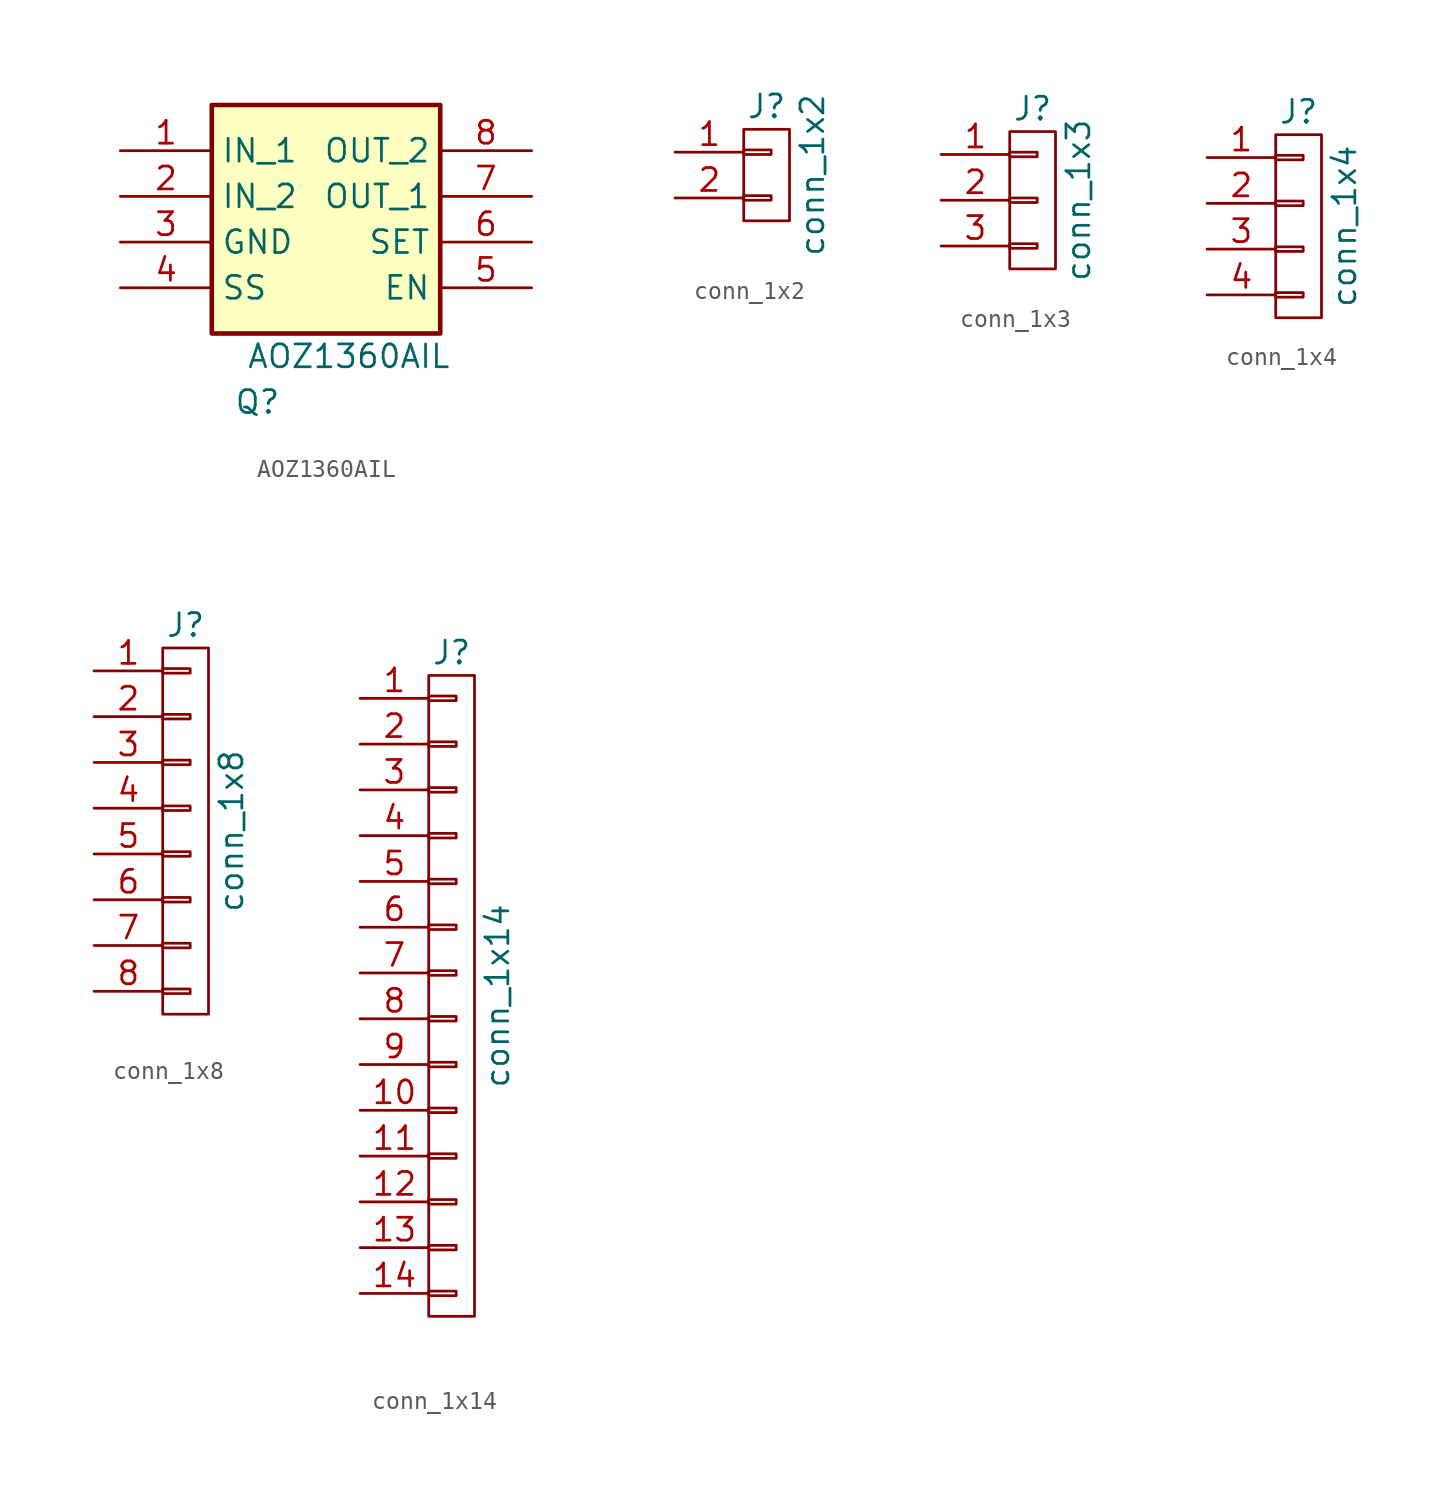
<source format=kicad_sym>
(kicad_symbol_lib
  (version 20241209)
  (generator "kicad_symbol_editor")
  (generator_version "9.0")
  (symbol "AOZ1360AIL"
    (property "Reference" "Q"
      (at 11.43 -13.97 0)
      (effects (font (size 1.27 1.27))))
    (property "Value" "AOZ1360AIL"
      (at 16.51 -11.43 0)
      (effects (font (size 1.27 1.27))))
    (symbol "AOZ1360AIL_1_1"
      (rectangle (start 8.89 2.54) (end 21.59 -10.16) (stroke (width 0.254) (type default)) (fill (type background)))
      (pin power_in line (at 3.81 0 0) (length 5.08) (name "IN_1" (effects (font (size 1.27 1.27)))) (number "1" (effects (font (size 1.27 1.27)))))
      (pin power_in line (at 3.81 -2.54 0) (length 5.08) (name "IN_2" (effects (font (size 1.27 1.27)))) (number "2" (effects (font (size 1.27 1.27)))))
      (pin power_in line (at 3.81 -5.08 0) (length 5.08) (name "GND" (effects (font (size 1.27 1.27)))) (number "3" (effects (font (size 1.27 1.27)))))
      (pin passive line (at 3.81 -7.62 0) (length 5.08) (name "SS" (effects (font (size 1.27 1.27)))) (number "4" (effects (font (size 1.27 1.27)))))
      (pin output line (at 26.67 0 180) (length 5.08) (name "OUT_2" (effects (font (size 1.27 1.27)))) (number "8" (effects (font (size 1.27 1.27)))))
      (pin output line (at 26.67 -2.54 180) (length 5.08) (name "OUT_1" (effects (font (size 1.27 1.27)))) (number "7" (effects (font (size 1.27 1.27)))))
      (pin passive line (at 26.67 -5.08 180) (length 5.08) (name "SET" (effects (font (size 1.27 1.27)))) (number "6" (effects (font (size 1.27 1.27)))))
      (pin input line (at 26.67 -7.62 180) (length 5.08) (name "EN" (effects (font (size 1.27 1.27)))) (number "5" (effects (font (size 1.27 1.27)))))))
  (symbol "conn_1x2"
    (pin_names
      (offset 1.016)
      (hide yes))
    (property "Reference" "J"
      (at 0 3.81 0)
      (effects (font (size 1.27 1.27))))
    (property "Value" "conn_1x2"
      (at 2.54 0 90)
      (effects (font (size 1.27 1.27))))
    (symbol "conn_1x2_0_1"
      (rectangle (start -1.27 2.54) (end 1.27 -2.54) (stroke (width 0) (type default)) (fill (type none)))
      (rectangle (start -1.27 1.397) (end 0.254 1.143) (stroke (width 0) (type default)) (fill (type none)))
      (rectangle (start -1.27 -1.143) (end 0.254 -1.397) (stroke (width 0) (type default)) (fill (type none))))
    (symbol "conn_1x2_1_1"
      (pin passive line (at -5.08 1.27 0) (length 3.81) (name "P1" (effects (font (size 1.27 1.27)))) (number "1" (effects (font (size 1.27 1.27)))))
      (pin passive line (at -5.08 -1.27 0) (length 3.81) (name "P2" (effects (font (size 1.27 1.27)))) (number "2" (effects (font (size 1.27 1.27)))))))
  (symbol "conn_1x3"
    (pin_names
      (offset 1.016)
      (hide yes))
    (property "Reference" "J"
      (at 0 5.08 0)
      (effects (font (size 1.27 1.27))))
    (property "Value" "conn_1x3"
      (at 2.54 0 90)
      (effects (font (size 1.27 1.27))))
    (symbol "conn_1x3_0_1"
      (rectangle (start -1.27 3.81) (end 1.27 -3.81) (stroke (width 0) (type default)) (fill (type none)))
      (rectangle (start -1.27 2.667) (end 0.254 2.413) (stroke (width 0) (type default)) (fill (type none)))
      (rectangle (start -1.27 0.127) (end 0.254 -0.127) (stroke (width 0) (type default)) (fill (type none)))
      (rectangle (start -1.27 -2.413) (end 0.254 -2.667) (stroke (width 0) (type default)) (fill (type none))))
    (symbol "conn_1x3_1_1"
      (pin passive line (at -5.08 2.54 0) (length 3.81) (name "P1" (effects (font (size 1.27 1.27)))) (number "1" (effects (font (size 1.27 1.27)))))
      (pin passive line (at -5.08 0 0) (length 3.81) (name "P2" (effects (font (size 1.27 1.27)))) (number "2" (effects (font (size 1.27 1.27)))))
      (pin passive line (at -5.08 -2.54 0) (length 3.81) (name "P3" (effects (font (size 1.27 1.27)))) (number "3" (effects (font (size 1.27 1.27)))))))
  (symbol "conn_1x4"
    (pin_names
      (offset 1.016)
      (hide yes))
    (property "Reference" "J"
      (at 0 19.05 0)
      (effects (font (size 1.27 1.27))))
    (property "Value" "conn_1x4"
      (at 2.54 12.7 90)
      (effects (font (size 1.27 1.27))))
    (symbol "conn_1x4_0_1"
      (rectangle (start -1.27 17.78) (end 1.27 7.62) (stroke (width 0) (type default)) (fill (type none)))
      (rectangle (start -1.27 16.637) (end 0.254 16.383) (stroke (width 0) (type default)) (fill (type none)))
      (rectangle (start -1.27 14.097) (end 0.254 13.843) (stroke (width 0) (type default)) (fill (type none)))
      (rectangle (start -1.27 11.557) (end 0.254 11.303) (stroke (width 0) (type default)) (fill (type none)))
      (rectangle (start -1.27 9.017) (end 0.254 8.763) (stroke (width 0) (type default)) (fill (type none))))
    (symbol "conn_1x4_1_1"
      (pin passive line (at -5.08 16.51 0) (length 3.81) (name "P1" (effects (font (size 1.27 1.27)))) (number "1" (effects (font (size 1.27 1.27)))))
      (pin passive line (at -5.08 13.97 0) (length 3.81) (name "P2" (effects (font (size 1.27 1.27)))) (number "2" (effects (font (size 1.27 1.27)))))
      (pin passive line (at -5.08 11.43 0) (length 3.81) (name "P3" (effects (font (size 1.27 1.27)))) (number "3" (effects (font (size 1.27 1.27)))))
      (pin passive line (at -5.08 8.89 0) (length 3.81) (name "P4" (effects (font (size 1.27 1.27)))) (number "4" (effects (font (size 1.27 1.27)))))))
  (symbol "conn_1x8"
    (pin_names
      (offset 1.016)
      (hide yes))
    (property "Reference" "J"
      (at 0 19.05 0)
      (effects (font (size 1.27 1.27))))
    (property "Value" "conn_1x8"
      (at 2.54 7.62 90)
      (effects (font (size 1.27 1.27))))
    (symbol "conn_1x8_0_1"
      (rectangle (start -1.27 17.78) (end 1.27 -2.54) (stroke (width 0) (type default)) (fill (type none)))
      (rectangle (start -1.27 16.637) (end 0.254 16.383) (stroke (width 0) (type default)) (fill (type none)))
      (rectangle (start -1.27 14.097) (end 0.254 13.843) (stroke (width 0) (type default)) (fill (type none)))
      (rectangle (start -1.27 11.557) (end 0.254 11.303) (stroke (width 0) (type default)) (fill (type none)))
      (rectangle (start -1.27 9.017) (end 0.254 8.763) (stroke (width 0) (type default)) (fill (type none)))
      (rectangle (start -1.27 6.477) (end 0.254 6.223) (stroke (width 0) (type default)) (fill (type none)))
      (rectangle (start -1.27 3.937) (end 0.254 3.683) (stroke (width 0) (type default)) (fill (type none)))
      (rectangle (start -1.27 1.397) (end 0.254 1.143) (stroke (width 0) (type default)) (fill (type none)))
      (rectangle (start -1.27 -1.143) (end 0.254 -1.397) (stroke (width 0) (type default)) (fill (type none))))
    (symbol "conn_1x8_1_1"
      (pin passive line (at -5.08 16.51 0) (length 3.81) (name "P1" (effects (font (size 1.27 1.27)))) (number "1" (effects (font (size 1.27 1.27)))))
      (pin passive line (at -5.08 13.97 0) (length 3.81) (name "P2" (effects (font (size 1.27 1.27)))) (number "2" (effects (font (size 1.27 1.27)))))
      (pin passive line (at -5.08 11.43 0) (length 3.81) (name "P3" (effects (font (size 1.27 1.27)))) (number "3" (effects (font (size 1.27 1.27)))))
      (pin passive line (at -5.08 8.89 0) (length 3.81) (name "P4" (effects (font (size 1.27 1.27)))) (number "4" (effects (font (size 1.27 1.27)))))
      (pin passive line (at -5.08 6.35 0) (length 3.81) (name "P5" (effects (font (size 1.27 1.27)))) (number "5" (effects (font (size 1.27 1.27)))))
      (pin passive line (at -5.08 3.81 0) (length 3.81) (name "P6" (effects (font (size 1.27 1.27)))) (number "6" (effects (font (size 1.27 1.27)))))
      (pin passive line (at -5.08 1.27 0) (length 3.81) (name "P7" (effects (font (size 1.27 1.27)))) (number "7" (effects (font (size 1.27 1.27)))))
      (pin passive line (at -5.08 -1.27 0) (length 3.81) (name "P8" (effects (font (size 1.27 1.27)))) (number "8" (effects (font (size 1.27 1.27)))))))
  (symbol "conn_1x14"
    (pin_names
      (offset 1.016)
      (hide yes))
    (property "Reference" "J"
      (at 0 19.05 0)
      (effects (font (size 1.27 1.27))))
    (property "Value" "conn_1x14"
      (at 2.54 0 90)
      (effects (font (size 1.27 1.27))))
    (symbol "conn_1x14_0_1"
      (rectangle (start -1.27 17.78) (end 1.27 -17.78) (stroke (width 0) (type default)) (fill (type none)))
      (rectangle (start -1.27 16.637) (end 0.254 16.383) (stroke (width 0) (type default)) (fill (type none)))
      (rectangle (start -1.27 14.097) (end 0.254 13.843) (stroke (width 0) (type default)) (fill (type none)))
      (rectangle (start -1.27 11.557) (end 0.254 11.303) (stroke (width 0) (type default)) (fill (type none)))
      (rectangle (start -1.27 9.017) (end 0.254 8.763) (stroke (width 0) (type default)) (fill (type none)))
      (rectangle (start -1.27 6.477) (end 0.254 6.223) (stroke (width 0) (type default)) (fill (type none)))
      (rectangle (start -1.27 3.937) (end 0.254 3.683) (stroke (width 0) (type default)) (fill (type none)))
      (rectangle (start -1.27 1.397) (end 0.254 1.143) (stroke (width 0) (type default)) (fill (type none)))
      (rectangle (start -1.27 -1.143) (end 0.254 -1.397) (stroke (width 0) (type default)) (fill (type none)))
      (rectangle (start -1.27 -3.683) (end 0.254 -3.937) (stroke (width 0) (type default)) (fill (type none)))
      (rectangle (start -1.27 -6.223) (end 0.254 -6.477) (stroke (width 0) (type default)) (fill (type none)))
      (rectangle (start -1.27 -8.763) (end 0.254 -9.017) (stroke (width 0) (type default)) (fill (type none)))
      (rectangle (start -1.27 -11.303) (end 0.254 -11.557) (stroke (width 0) (type default)) (fill (type none)))
      (rectangle (start -1.27 -13.843) (end 0.254 -14.097) (stroke (width 0) (type default)) (fill (type none)))
      (rectangle (start -1.27 -16.383) (end 0.254 -16.637) (stroke (width 0) (type default)) (fill (type none))))
    (symbol "conn_1x14_1_1"
      (pin passive line (at -5.08 16.51 0) (length 3.81) (name "P1" (effects (font (size 1.27 1.27)))) (number "1" (effects (font (size 1.27 1.27)))))
      (pin passive line (at -5.08 13.97 0) (length 3.81) (name "P2" (effects (font (size 1.27 1.27)))) (number "2" (effects (font (size 1.27 1.27)))))
      (pin passive line (at -5.08 11.43 0) (length 3.81) (name "P3" (effects (font (size 1.27 1.27)))) (number "3" (effects (font (size 1.27 1.27)))))
      (pin passive line (at -5.08 8.89 0) (length 3.81) (name "P4" (effects (font (size 1.27 1.27)))) (number "4" (effects (font (size 1.27 1.27)))))
      (pin passive line (at -5.08 6.35 0) (length 3.81) (name "P5" (effects (font (size 1.27 1.27)))) (number "5" (effects (font (size 1.27 1.27)))))
      (pin passive line (at -5.08 3.81 0) (length 3.81) (name "P6" (effects (font (size 1.27 1.27)))) (number "6" (effects (font (size 1.27 1.27)))))
      (pin passive line (at -5.08 1.27 0) (length 3.81) (name "P7" (effects (font (size 1.27 1.27)))) (number "7" (effects (font (size 1.27 1.27)))))
      (pin passive line (at -5.08 -1.27 0) (length 3.81) (name "P8" (effects (font (size 1.27 1.27)))) (number "8" (effects (font (size 1.27 1.27)))))
      (pin passive line (at -5.08 -3.81 0) (length 3.81) (name "P9" (effects (font (size 1.27 1.27)))) (number "9" (effects (font (size 1.27 1.27)))))
      (pin passive line (at -5.08 -6.35 0) (length 3.81) (name "P10" (effects (font (size 1.27 1.27)))) (number "10" (effects (font (size 1.27 1.27)))))
      (pin passive line (at -5.08 -8.89 0) (length 3.81) (name "P11" (effects (font (size 1.27 1.27)))) (number "11" (effects (font (size 1.27 1.27)))))
      (pin passive line (at -5.08 -11.43 0) (length 3.81) (name "P12" (effects (font (size 1.27 1.27)))) (number "12" (effects (font (size 1.27 1.27)))))
      (pin passive line (at -5.08 -13.97 0) (length 3.81) (name "P13" (effects (font (size 1.27 1.27)))) (number "13" (effects (font (size 1.27 1.27)))))
      (pin passive line (at -5.08 -16.51 0) (length 3.81) (name "P14" (effects (font (size 1.27 1.27)))) (number "14" (effects (font (size 1.27 1.27))))))))
</source>
